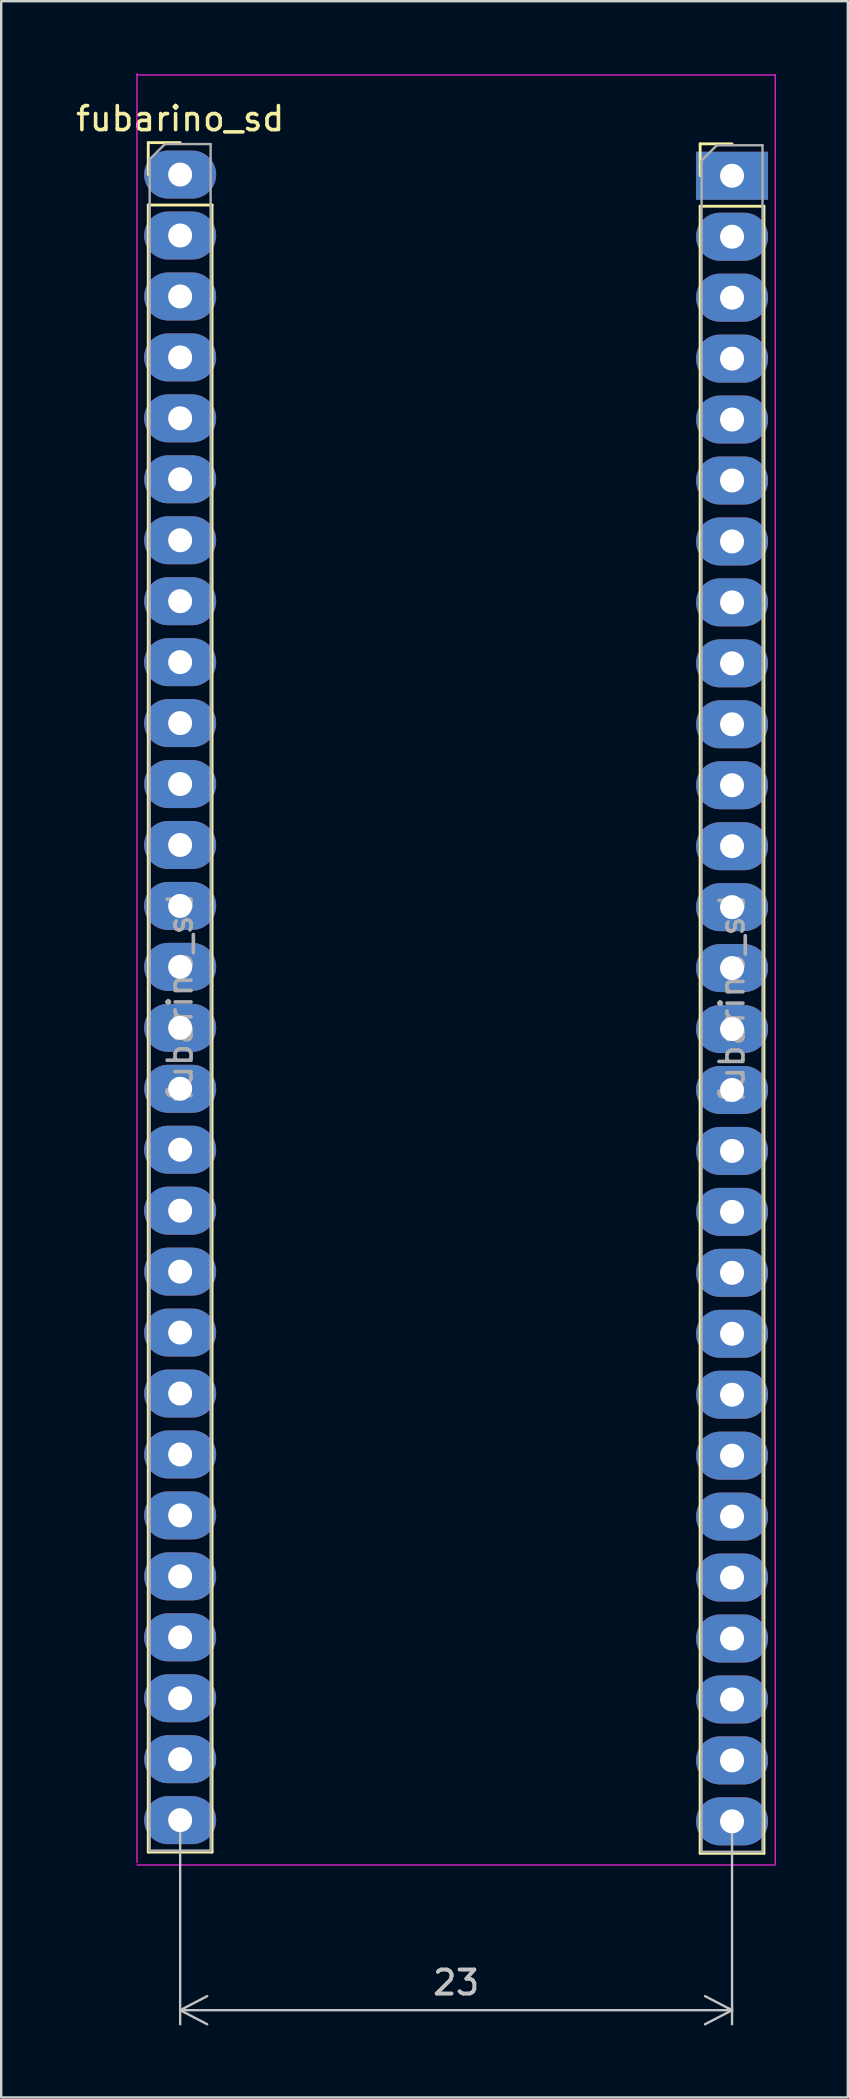
<source format=kicad_pcb>
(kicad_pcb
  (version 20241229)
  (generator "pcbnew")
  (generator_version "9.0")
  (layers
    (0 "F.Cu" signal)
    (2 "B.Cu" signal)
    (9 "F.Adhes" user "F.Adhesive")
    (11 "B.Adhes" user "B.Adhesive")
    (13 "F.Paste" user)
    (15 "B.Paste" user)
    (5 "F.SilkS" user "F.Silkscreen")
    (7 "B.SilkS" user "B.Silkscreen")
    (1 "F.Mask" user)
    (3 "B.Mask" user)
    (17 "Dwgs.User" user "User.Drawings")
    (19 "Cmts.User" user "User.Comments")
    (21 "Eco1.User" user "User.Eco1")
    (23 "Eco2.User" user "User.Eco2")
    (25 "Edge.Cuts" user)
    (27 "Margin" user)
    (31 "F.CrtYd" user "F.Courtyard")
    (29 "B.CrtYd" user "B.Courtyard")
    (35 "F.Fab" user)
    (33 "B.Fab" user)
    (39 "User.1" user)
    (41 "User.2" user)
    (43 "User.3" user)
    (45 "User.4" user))
  (footprint "fubarino_sd"
    (layer "F.Cu")
    (at 4.858 5.225)
    (property "Reference" "fubarino_sd" (at -0.4 -3.33 0) (layer "F.SilkS") (effects (font (size 1 1) (thickness 0.15))))
    (attr through_hole)
    (fp_line (start -1.73 -2.33) (end -0.4 -2.33) (stroke (width 0.12) (type solid)) (layer "F.SilkS"))
    (fp_line (start -1.73 -1) (end -1.73 -2.33) (stroke (width 0.12) (type solid)) (layer "F.SilkS"))
    (fp_line (start -1.73 0.27) (end -1.73 68.91) (stroke (width 0.12) (type solid)) (layer "F.SilkS"))
    (fp_line (start -1.73 0.27) (end 0.93 0.27) (stroke (width 0.12) (type solid)) (layer "F.SilkS"))
    (fp_line (start -1.73 68.91) (end 0.93 68.91) (stroke (width 0.12) (type solid)) (layer "F.SilkS"))
    (fp_line (start 0.93 0.27) (end 0.93 68.91) (stroke (width 0.12) (type solid)) (layer "F.SilkS"))
    (fp_line (start 21.27 -2.28) (end 22.6 -2.28) (stroke (width 0.12) (type solid)) (layer "F.SilkS"))
    (fp_line (start 21.27 -0.95) (end 21.27 -2.28) (stroke (width 0.12) (type solid)) (layer "F.SilkS"))
    (fp_line (start 21.27 0.32) (end 21.27 68.96) (stroke (width 0.12) (type solid)) (layer "F.SilkS"))
    (fp_line (start 21.27 0.32) (end 23.93 0.32) (stroke (width 0.12) (type solid)) (layer "F.SilkS"))
    (fp_line (start 21.27 68.96) (end 23.93 68.96) (stroke (width 0.12) (type solid)) (layer "F.SilkS"))
    (fp_line (start 23.93 0.32) (end 23.93 68.96) (stroke (width 0.12) (type solid)) (layer "F.SilkS"))
    (fp_line (start -2.2 -5.2) (end -2.2 69.35) (stroke (width 0.05) (type solid)) (layer "F.CrtYd"))
    (fp_line (start -2.2 69.45) (end 24.4 69.45) (stroke (width 0.05) (type solid)) (layer "F.CrtYd"))
    (fp_line (start 24.4 -5.15) (end -2.2 -5.15) (stroke (width 0.05) (type solid)) (layer "F.CrtYd"))
    (fp_line (start 24.4 69.4) (end 24.4 -5.15) (stroke (width 0.05) (type solid)) (layer "F.CrtYd"))
    (fp_line (start -1.67 -1.635) (end -1.035 -2.27) (stroke (width 0.1) (type solid)) (layer "F.Fab"))
    (fp_line (start -1.67 68.85) (end -1.67 -1.635) (stroke (width 0.1) (type solid)) (layer "F.Fab"))
    (fp_line (start -1.035 -2.27) (end 0.87 -2.27) (stroke (width 0.1) (type solid)) (layer "F.Fab"))
    (fp_line (start 0.87 -2.27) (end 0.87 68.85) (stroke (width 0.1) (type solid)) (layer "F.Fab"))
    (fp_line (start 0.87 68.85) (end -1.67 68.85) (stroke (width 0.1) (type solid)) (layer "F.Fab"))
    (fp_line (start 21.33 -1.585) (end 21.965 -2.22) (stroke (width 0.1) (type solid)) (layer "F.Fab"))
    (fp_line (start 21.33 68.9) (end 21.33 -1.585) (stroke (width 0.1) (type solid)) (layer "F.Fab"))
    (fp_line (start 21.965 -2.22) (end 23.87 -2.22) (stroke (width 0.1) (type solid)) (layer "F.Fab"))
    (fp_line (start 23.87 -2.22) (end 23.87 68.9) (stroke (width 0.1) (type solid)) (layer "F.Fab"))
    (fp_line (start 23.87 68.9) (end 21.33 68.9) (stroke (width 0.1) (type solid)) (layer "F.Fab"))
    (fp_text user "${REFERENCE}" (at -0.4 33.29 90) (layer "F.Fab") (effects (font (size 1 1) (thickness 0.15))))
    (fp_text user "${REFERENCE}" (at 22.6 33.34 90) (layer "F.Fab") (effects (font (size 1 1) (thickness 0.15))))
    (dimension (type orthogonal) (layer "Dwgs.User") (pts (xy 4.458 72.805) (xy 27.458 72.805)) (height 7.92) (orientation 0) (format (prefix "") (suffix "") (units 3) (units_format 0) (precision 4) (suppress_zeroes yes)) (style (thickness 0.1) (arrow_length 1.27) (text_position_mode 0) (arrow_direction outward) (extension_height 0.586) (extension_offset 0.5) (keep_text_aligned yes)) (gr_text "23" (at 15.958 79.575 0) (layer "Dwgs.User") (effects (font (size 1 1) (thickness 0.15)))))
    (pad "1" thru_hole oval (at -0.4 -1) (size 3 2) (drill 1) (layers "*.Cu" "*.Mask"))
    (pad "2" thru_hole oval (at -0.4 1.54) (size 3 2) (drill 1) (layers "*.Cu" "*.Mask"))
    (pad "3" thru_hole oval (at -0.4 4.08) (size 3 2) (drill 1) (layers "*.Cu" "*.Mask"))
    (pad "4" thru_hole oval (at -0.4 6.62) (size 3 2) (drill 1) (layers "*.Cu" "*.Mask"))
    (pad "5" thru_hole oval (at -0.4 9.16) (size 3 2) (drill 1) (layers "*.Cu" "*.Mask"))
    (pad "6" thru_hole oval (at -0.4 11.7) (size 3 2) (drill 1) (layers "*.Cu" "*.Mask"))
    (pad "7" thru_hole oval (at -0.4 14.24) (size 3 2) (drill 1) (layers "*.Cu" "*.Mask"))
    (pad "8" thru_hole oval (at -0.4 16.78) (size 3 2) (drill 1) (layers "*.Cu" "*.Mask"))
    (pad "9" thru_hole oval (at -0.4 19.32) (size 3 2) (drill 1) (layers "*.Cu" "*.Mask"))
    (pad "10" thru_hole oval (at -0.4 21.86) (size 3 2) (drill 1) (layers "*.Cu" "*.Mask"))
    (pad "11" thru_hole oval (at -0.4 24.4) (size 3 2) (drill 1) (layers "*.Cu" "*.Mask"))
    (pad "12" thru_hole oval (at -0.4 26.94) (size 3 2) (drill 1) (layers "*.Cu" "*.Mask"))
    (pad "13" thru_hole oval (at -0.4 29.48) (size 3 2) (drill 1) (layers "*.Cu" "*.Mask"))
    (pad "14" thru_hole oval (at -0.4 32.02) (size 3 2) (drill 1) (layers "*.Cu" "*.Mask"))
    (pad "15" thru_hole oval (at -0.4 34.56) (size 3 2) (drill 1) (layers "*.Cu" "*.Mask"))
    (pad "16" thru_hole oval (at -0.4 37.1) (size 3 2) (drill 1) (layers "*.Cu" "*.Mask"))
    (pad "17" thru_hole oval (at -0.4 39.64) (size 3 2) (drill 1) (layers "*.Cu" "*.Mask"))
    (pad "18" thru_hole oval (at -0.4 42.18) (size 3 2) (drill 1) (layers "*.Cu" "*.Mask"))
    (pad "19" thru_hole oval (at -0.4 44.72) (size 3 2) (drill 1) (layers "*.Cu" "*.Mask"))
    (pad "20" thru_hole oval (at -0.4 47.26) (size 3 2) (drill 1) (layers "*.Cu" "*.Mask"))
    (pad "21" thru_hole oval (at -0.4 49.8) (size 3 2) (drill 1) (layers "*.Cu" "*.Mask"))
    (pad "22" thru_hole oval (at -0.4 52.34) (size 3 2) (drill 1) (layers "*.Cu" "*.Mask"))
    (pad "23" thru_hole oval (at -0.4 54.88) (size 3 2) (drill 1) (layers "*.Cu" "*.Mask"))
    (pad "24" thru_hole oval (at -0.4 57.42) (size 3 2) (drill 1) (layers "*.Cu" "*.Mask"))
    (pad "25" thru_hole oval (at -0.4 59.96) (size 3 2) (drill 1) (layers "*.Cu" "*.Mask"))
    (pad "26" thru_hole oval (at -0.4 62.5) (size 3 2) (drill 1) (layers "*.Cu" "*.Mask"))
    (pad "27" thru_hole oval (at -0.4 65.04) (size 3 2) (drill 1) (layers "*.Cu" "*.Mask"))
    (pad "28" thru_hole oval (at -0.4 67.58) (size 3 2) (drill 1) (layers "*.Cu" "*.Mask"))
    (pad "29" thru_hole rect (at 22.6 -0.95) (size 3 2) (drill 1) (layers "*.Cu" "*.Mask"))
    (pad "30" thru_hole oval (at 22.6 1.59) (size 3 2) (drill 1) (layers "*.Cu" "*.Mask"))
    (pad "31" thru_hole oval (at 22.6 4.13) (size 3 2) (drill 1) (layers "*.Cu" "*.Mask"))
    (pad "32" thru_hole oval (at 22.6 6.67) (size 3 2) (drill 1) (layers "*.Cu" "*.Mask"))
    (pad "33" thru_hole oval (at 22.6 9.21) (size 3 2) (drill 1) (layers "*.Cu" "*.Mask"))
    (pad "34" thru_hole oval (at 22.6 11.75) (size 3 2) (drill 1) (layers "*.Cu" "*.Mask"))
    (pad "35" thru_hole oval (at 22.6 14.29) (size 3 2) (drill 1) (layers "*.Cu" "*.Mask"))
    (pad "36" thru_hole oval (at 22.6 16.83) (size 3 2) (drill 1) (layers "*.Cu" "*.Mask"))
    (pad "37" thru_hole oval (at 22.6 19.37) (size 3 2) (drill 1) (layers "*.Cu" "*.Mask"))
    (pad "38" thru_hole oval (at 22.6 21.91) (size 3 2) (drill 1) (layers "*.Cu" "*.Mask"))
    (pad "39" thru_hole oval (at 22.6 24.45) (size 3 2) (drill 1) (layers "*.Cu" "*.Mask"))
    (pad "40" thru_hole oval (at 22.6 26.99) (size 3 2) (drill 1) (layers "*.Cu" "*.Mask"))
    (pad "41" thru_hole oval (at 22.6 29.53) (size 3 2) (drill 1) (layers "*.Cu" "*.Mask"))
    (pad "42" thru_hole oval (at 22.6 32.07) (size 3 2) (drill 1) (layers "*.Cu" "*.Mask"))
    (pad "43" thru_hole oval (at 22.6 34.61) (size 3 2) (drill 1) (layers "*.Cu" "*.Mask"))
    (pad "44" thru_hole oval (at 22.6 37.15) (size 3 2) (drill 1) (layers "*.Cu" "*.Mask"))
    (pad "45" thru_hole oval (at 22.6 39.69) (size 3 2) (drill 1) (layers "*.Cu" "*.Mask"))
    (pad "46" thru_hole oval (at 22.6 42.23) (size 3 2) (drill 1) (layers "*.Cu" "*.Mask"))
    (pad "47" thru_hole oval (at 22.6 44.77) (size 3 2) (drill 1) (layers "*.Cu" "*.Mask"))
    (pad "48" thru_hole oval (at 22.6 47.31) (size 3 2) (drill 1) (layers "*.Cu" "*.Mask"))
    (pad "49" thru_hole oval (at 22.6 49.85) (size 3 2) (drill 1) (layers "*.Cu" "*.Mask"))
    (pad "50" thru_hole oval (at 22.6 52.39) (size 3 2) (drill 1) (layers "*.Cu" "*.Mask"))
    (pad "51" thru_hole oval (at 22.6 54.93) (size 3 2) (drill 1) (layers "*.Cu" "*.Mask"))
    (pad "52" thru_hole oval (at 22.6 57.47) (size 3 2) (drill 1) (layers "*.Cu" "*.Mask"))
    (pad "53" thru_hole oval (at 22.6 60.01) (size 3 2) (drill 1) (layers "*.Cu" "*.Mask"))
    (pad "54" thru_hole oval (at 22.6 62.55) (size 3 2) (drill 1) (layers "*.Cu" "*.Mask"))
    (pad "55" thru_hole oval (at 22.6 65.09) (size 3 2) (drill 1) (layers "*.Cu" "*.Mask"))
    (pad "56" thru_hole oval (at 22.6 67.63) (size 3 2) (drill 1) (layers "*.Cu" "*.Mask")))
  (gr_rect
    (start -3 -3)
    (end 32.283 84.361)
    (stroke (width 0.1) (type default))
    (fill no)
    (layer "Edge.Cuts")))
</source>
